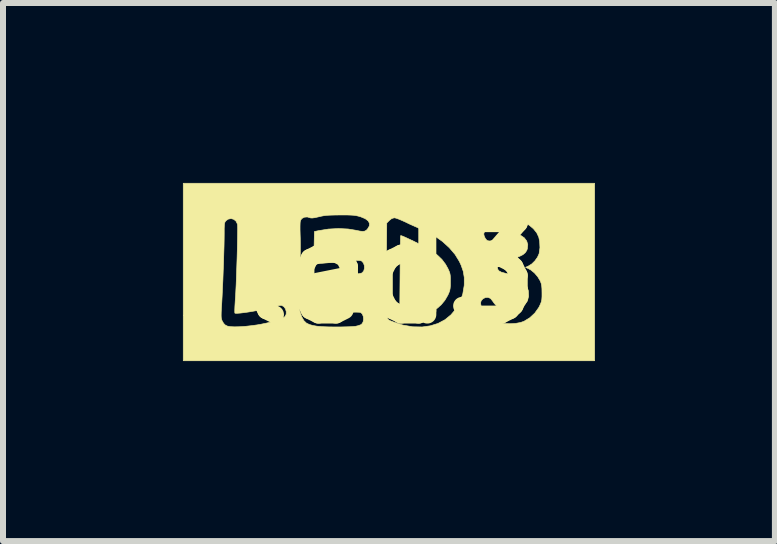
<source format=kicad_pcb>
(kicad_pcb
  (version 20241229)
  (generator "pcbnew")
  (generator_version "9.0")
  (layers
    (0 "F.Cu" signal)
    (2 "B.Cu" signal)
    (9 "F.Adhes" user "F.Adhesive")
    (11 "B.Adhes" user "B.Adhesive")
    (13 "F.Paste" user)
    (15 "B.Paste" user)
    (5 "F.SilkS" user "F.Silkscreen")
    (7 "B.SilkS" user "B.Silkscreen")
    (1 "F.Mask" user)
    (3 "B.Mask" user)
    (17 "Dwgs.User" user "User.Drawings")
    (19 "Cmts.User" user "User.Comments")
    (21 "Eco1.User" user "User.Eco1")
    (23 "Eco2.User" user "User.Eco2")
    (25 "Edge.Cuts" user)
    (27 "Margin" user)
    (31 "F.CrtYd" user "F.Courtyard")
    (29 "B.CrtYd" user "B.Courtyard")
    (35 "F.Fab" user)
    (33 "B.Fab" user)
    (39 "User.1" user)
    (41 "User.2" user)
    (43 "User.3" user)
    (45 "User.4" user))
  (footprint "led3"
    (layer "F.Cu")
    (at 3.421 1.505)
    (property "Reference" "led3" (at 0 0 0) (layer "F.SilkS") (effects (font (size 1.524 1.524) (thickness 0.3))))
    (attr through_hole)
    (fp_poly (pts (xy 0.222 -0.625) (xy 0.256 -0.612) (xy 0.305 -0.59) (xy 0.365 -0.562) (xy 0.432 -0.53) (xy 0.502 -0.495) (xy 0.571 -0.46) (xy 0.633 -0.426) (xy 0.686 -0.396) (xy 0.725 -0.372) (xy 0.726 -0.372) (xy 0.822 -0.301) (xy 0.897 -0.229) (xy 0.957 -0.149) (xy 0.995 -0.081) (xy 1.015 -0.038) (xy 1.028 -0.003) (xy 1.035 0.034) (xy 1.038 0.081) (xy 1.038 0.14) (xy 1.038 0.205) (xy 1.034 0.251) (xy 1.027 0.289) (xy 1.013 0.327) (xy 0.996 0.365) (xy 0.946 0.451) (xy 0.884 0.526) (xy 0.817 0.585) (xy 0.764 0.615) (xy 0.675 0.643) (xy 0.572 0.661) (xy 0.464 0.667) (xy 0.363 0.66) (xy 0.337 0.655) (xy 0.289 0.642) (xy 0.244 0.624) (xy 0.236 0.619) (xy 0.194 0.595) (xy 0.199 -0.014) (xy 0.2 -0.139) (xy 0.201 -0.256) (xy 0.203 -0.361) (xy 0.204 -0.453) (xy 0.205 -0.528) (xy 0.206 -0.584) (xy 0.207 -0.618) (xy 0.208 -0.627) (xy 0.222 -0.625)) (stroke (width 0.01) (type solid)) (fill yes) (layer "F.SilkS"))
    (fp_poly (pts (xy 3.443 1.46) (xy -3.416 1.46) (xy -3.416 0.7) (xy -2.784 0.7) (xy -2.783 0.735) (xy -2.779 0.76) (xy -2.773 0.78) (xy -2.765 0.799) (xy -2.742 0.837) (xy -2.715 0.864) (xy -2.679 0.882) (xy -2.628 0.891) (xy -2.56 0.894) (xy -2.472 0.892) (xy -2.383 0.886) (xy -2.283 0.875) (xy -2.186 0.862) (xy -2.127 0.852) (xy -2.021 0.83) (xy -1.925 0.806) (xy -1.843 0.781) (xy -1.778 0.756) (xy -1.734 0.734) (xy -1.72 0.722) (xy -1.7 0.684) (xy -1.699 0.638) (xy -1.712 0.594) (xy -1.738 0.558) (xy -1.773 0.538) (xy -1.789 0.536) (xy -1.813 0.539) (xy -1.856 0.548) (xy -1.915 0.561) (xy -1.982 0.578) (xy -2.004 0.583) (xy -2.075 0.6) (xy -2.153 0.616) (xy -2.235 0.631) (xy -2.317 0.645) (xy -2.393 0.656) (xy -2.459 0.664) (xy -2.512 0.668) (xy -2.545 0.668) (xy -2.555 0.665) (xy -2.557 0.649) (xy -2.557 0.611) (xy -2.555 0.556) (xy -2.551 0.488) (xy -2.548 0.438) (xy -2.543 0.371) (xy -2.539 0.291) (xy -1.495 0.291) (xy -1.494 0.388) (xy -1.492 0.472) (xy -1.488 0.537) (xy -1.487 0.548) (xy -1.469 0.644) (xy -1.441 0.726) (xy -1.405 0.79) (xy -1.363 0.831) (xy -1.357 0.834) (xy -1.313 0.855) (xy -1.257 0.871) (xy -1.188 0.883) (xy -1.101 0.891) (xy -0.994 0.895) (xy -0.884 0.896) (xy -0.797 0.896) (xy -0.713 0.894) (xy -0.639 0.892) (xy -0.581 0.888) (xy -0.544 0.885) (xy -0.497 0.874) (xy -0.459 0.86) (xy -0.442 0.85) (xy -0.418 0.814) (xy -0.41 0.767) (xy -0.415 0.718) (xy -0.433 0.677) (xy -0.457 0.656) (xy -0.48 0.651) (xy -0.531 0.649) (xy -0.607 0.65) (xy -0.71 0.654) (xy -0.787 0.657) (xy -0.879 0.661) (xy -0.965 0.663) (xy -1.042 0.665) (xy -1.104 0.665) (xy -1.146 0.664) (xy -1.156 0.663) (xy -1.191 0.656) (xy -1.218 0.646) (xy -1.238 0.629) (xy -1.251 0.602) (xy -1.259 0.56) (xy -1.264 0.502) (xy -1.264 0.478) (xy -0.035 0.478) (xy -0.034 0.56) (xy -0.032 0.625) (xy -0.029 0.676) (xy -0.023 0.714) (xy -0.015 0.743) (xy -0.005 0.763) (xy 0.008 0.777) (xy 0.024 0.787) (xy 0.044 0.796) (xy 0.067 0.804) (xy 0.089 0.813) (xy 0.247 0.865) (xy 0.408 0.893) (xy 0.568 0.896) (xy 0.703 0.877) (xy 0.832 0.837) (xy 0.948 0.775) (xy 1.048 0.693) (xy 1.132 0.593) (xy 1.187 0.497) (xy 1.541 0.497) (xy 1.553 0.566) (xy 1.589 0.635) (xy 1.644 0.699) (xy 1.715 0.756) (xy 1.798 0.8) (xy 1.862 0.823) (xy 1.942 0.838) (xy 2.032 0.842) (xy 2.123 0.837) (xy 2.206 0.822) (xy 2.264 0.802) (xy 2.361 0.743) (xy 2.445 0.665) (xy 2.51 0.574) (xy 2.522 0.552) (xy 2.542 0.508) (xy 2.555 0.473) (xy 2.562 0.436) (xy 2.565 0.389) (xy 2.565 0.329) (xy 2.564 0.26) (xy 2.56 0.211) (xy 2.552 0.171) (xy 2.538 0.134) (xy 2.535 0.127) (xy 2.494 0.059) (xy 2.44 -0.004) (xy 2.379 -0.054) (xy 2.343 -0.074) (xy 2.291 -0.098) (xy 2.341 -0.121) (xy 2.395 -0.155) (xy 2.447 -0.206) (xy 2.489 -0.265) (xy 2.516 -0.323) (xy 2.517 -0.328) (xy 2.531 -0.426) (xy 2.526 -0.53) (xy 2.511 -0.602) (xy 2.477 -0.674) (xy 2.422 -0.742) (xy 2.353 -0.8) (xy 2.274 -0.843) (xy 2.27 -0.845) (xy 2.227 -0.86) (xy 2.184 -0.869) (xy 2.134 -0.874) (xy 2.067 -0.877) (xy 2.043 -0.877) (xy 1.978 -0.877) (xy 1.931 -0.875) (xy 1.895 -0.869) (xy 1.86 -0.858) (xy 1.818 -0.839) (xy 1.78 -0.821) (xy 1.7 -0.777) (xy 1.641 -0.733) (xy 1.606 -0.691) (xy 1.594 -0.655) (xy 1.602 -0.618) (xy 1.62 -0.58) (xy 1.644 -0.551) (xy 1.655 -0.544) (xy 1.684 -0.537) (xy 1.715 -0.54) (xy 1.755 -0.554) (xy 1.808 -0.582) (xy 1.832 -0.596) (xy 1.916 -0.638) (xy 1.989 -0.662) (xy 2.06 -0.667) (xy 2.131 -0.658) (xy 2.21 -0.631) (xy 2.27 -0.59) (xy 2.31 -0.537) (xy 2.328 -0.476) (xy 2.321 -0.409) (xy 2.312 -0.382) (xy 2.287 -0.343) (xy 2.247 -0.309) (xy 2.187 -0.279) (xy 2.106 -0.252) (xy 2.039 -0.234) (xy 1.956 -0.212) (xy 1.896 -0.192) (xy 1.856 -0.17) (xy 1.833 -0.146) (xy 1.823 -0.117) (xy 1.822 -0.1) (xy 1.828 -0.064) (xy 1.849 -0.038) (xy 1.889 -0.017) (xy 1.95 -0.000348) (xy 1.987 0.007) (xy 2.097 0.036) (xy 2.188 0.08) (xy 2.26 0.139) (xy 2.31 0.211) (xy 2.338 0.294) (xy 2.342 0.386) (xy 2.341 0.388) (xy 2.322 0.462) (xy 2.278 0.525) (xy 2.21 0.58) (xy 2.2 0.586) (xy 2.161 0.606) (xy 2.125 0.617) (xy 2.08 0.622) (xy 2.036 0.622) (xy 1.942 0.614) (xy 1.866 0.589) (xy 1.806 0.546) (xy 1.766 0.498) (xy 1.739 0.46) (xy 1.715 0.43) (xy 1.704 0.419) (xy 1.665 0.403) (xy 1.621 0.406) (xy 1.581 0.426) (xy 1.551 0.459) (xy 1.541 0.497) (xy 1.187 0.497) (xy 1.198 0.477) (xy 1.244 0.348) (xy 1.268 0.207) (xy 1.269 0.181) (xy 1.269 0.07) (xy 1.252 -0.032) (xy 1.217 -0.133) (xy 1.187 -0.197) (xy 1.115 -0.314) (xy 1.02 -0.425) (xy 0.906 -0.529) (xy 0.777 -0.621) (xy 0.637 -0.698) (xy 0.549 -0.736) (xy 0.496 -0.758) (xy 0.428 -0.788) (xy 0.354 -0.821) (xy 0.295 -0.85) (xy 0.233 -0.878) (xy 0.176 -0.902) (xy 0.131 -0.918) (xy 0.103 -0.924) (xy 0.102 -0.924) (xy 0.059 -0.911) (xy 0.021 -0.881) (xy -0.023 -0.837) (xy -0.03 -0.054) (xy -0.032 0.114) (xy -0.034 0.258) (xy -0.035 0.378) (xy -0.035 0.478) (xy -1.264 0.478) (xy -1.266 0.422) (xy -1.266 0.34) (xy -1.266 0.262) (xy -1.265 0.193) (xy -1.263 0.139) (xy -1.261 0.103) (xy -1.259 0.089) (xy -1.245 0.087) (xy -1.207 0.082) (xy -1.149 0.076) (xy -1.075 0.068) (xy -0.987 0.06) (xy -0.889 0.051) (xy -0.858 0.048) (xy -0.728 0.036) (xy -0.623 0.025) (xy -0.542 0.016) (xy -0.484 0.007) (xy -0.447 -0.001) (xy -0.433 -0.007) (xy -0.407 -0.038) (xy -0.395 -0.082) (xy -0.397 -0.129) (xy -0.413 -0.172) (xy -0.44 -0.202) (xy -0.449 -0.206) (xy -0.47 -0.211) (xy -0.502 -0.213) (xy -0.548 -0.213) (xy -0.61 -0.21) (xy -0.692 -0.204) (xy -0.795 -0.194) (xy -0.922 -0.182) (xy -0.924 -0.182) (xy -1.013 -0.173) (xy -1.092 -0.166) (xy -1.158 -0.16) (xy -1.207 -0.155) (xy -1.235 -0.153) (xy -1.241 -0.152) (xy -1.241 -0.166) (xy -1.24 -0.202) (xy -1.239 -0.256) (xy -1.238 -0.326) (xy -1.236 -0.406) (xy -1.235 -0.425) (xy -1.229 -0.695) (xy -1.163 -0.709) (xy -0.996 -0.736) (xy -0.828 -0.745) (xy -0.666 -0.737) (xy -0.538 -0.716) (xy -0.471 -0.702) (xy -0.423 -0.697) (xy -0.389 -0.702) (xy -0.362 -0.718) (xy -0.343 -0.738) (xy -0.314 -0.787) (xy -0.311 -0.832) (xy -0.334 -0.873) (xy -0.382 -0.909) (xy -0.456 -0.94) (xy -0.46 -0.941) (xy -0.498 -0.952) (xy -0.534 -0.96) (xy -0.575 -0.966) (xy -0.624 -0.969) (xy -0.688 -0.971) (xy -0.771 -0.971) (xy -0.797 -0.971) (xy -0.891 -0.97) (xy -0.963 -0.968) (xy -1.022 -0.965) (xy -1.071 -0.959) (xy -1.118 -0.95) (xy -1.156 -0.941) (xy -1.222 -0.926) (xy -1.267 -0.92) (xy -1.294 -0.922) (xy -1.3 -0.924) (xy -1.348 -0.938) (xy -1.397 -0.934) (xy -1.438 -0.912) (xy -1.445 -0.903) (xy -1.454 -0.89) (xy -1.461 -0.876) (xy -1.466 -0.856) (xy -1.468 -0.826) (xy -1.469 -0.783) (xy -1.469 -0.723) (xy -1.467 -0.642) (xy -1.465 -0.585) (xy -1.464 -0.483) (xy -1.464 -0.385) (xy -1.465 -0.298) (xy -1.469 -0.228) (xy -1.472 -0.188) (xy -1.479 -0.113) (xy -1.486 -0.022) (xy -1.49 0.08) (xy -1.493 0.186) (xy -1.495 0.291) (xy -2.539 0.291) (xy -2.539 0.288) (xy -2.534 0.191) (xy -2.53 0.083) (xy -2.526 -0.031) (xy -2.522 -0.148) (xy -2.518 -0.265) (xy -2.515 -0.38) (xy -2.513 -0.488) (xy -2.511 -0.586) (xy -2.51 -0.671) (xy -2.509 -0.74) (xy -2.51 -0.789) (xy -2.512 -0.815) (xy -2.512 -0.817) (xy -2.535 -0.866) (xy -2.573 -0.898) (xy -2.618 -0.911) (xy -2.665 -0.902) (xy -2.7 -0.878) (xy -2.713 -0.864) (xy -2.722 -0.848) (xy -2.728 -0.827) (xy -2.731 -0.794) (xy -2.733 -0.745) (xy -2.733 -0.675) (xy -2.733 -0.66) (xy -2.734 -0.567) (xy -2.736 -0.452) (xy -2.74 -0.322) (xy -2.744 -0.18) (xy -2.75 -0.033) (xy -2.755 0.114) (xy -2.762 0.255) (xy -2.768 0.386) (xy -2.774 0.498) (xy -2.78 0.586) (xy -2.783 0.652) (xy -2.784 0.7) (xy -3.416 0.7) (xy -3.416 -1.5) (xy 3.443 -1.5) (xy 3.443 1.46)) (stroke (width 0.01) (type solid)) (fill yes) (layer "F.SilkS")))
  (gr_rect
    (start -3 -3)
    (end 9.869 5.971)
    (stroke (width 0.1) (type default))
    (fill no)
    (layer "Edge.Cuts")))
</source>
